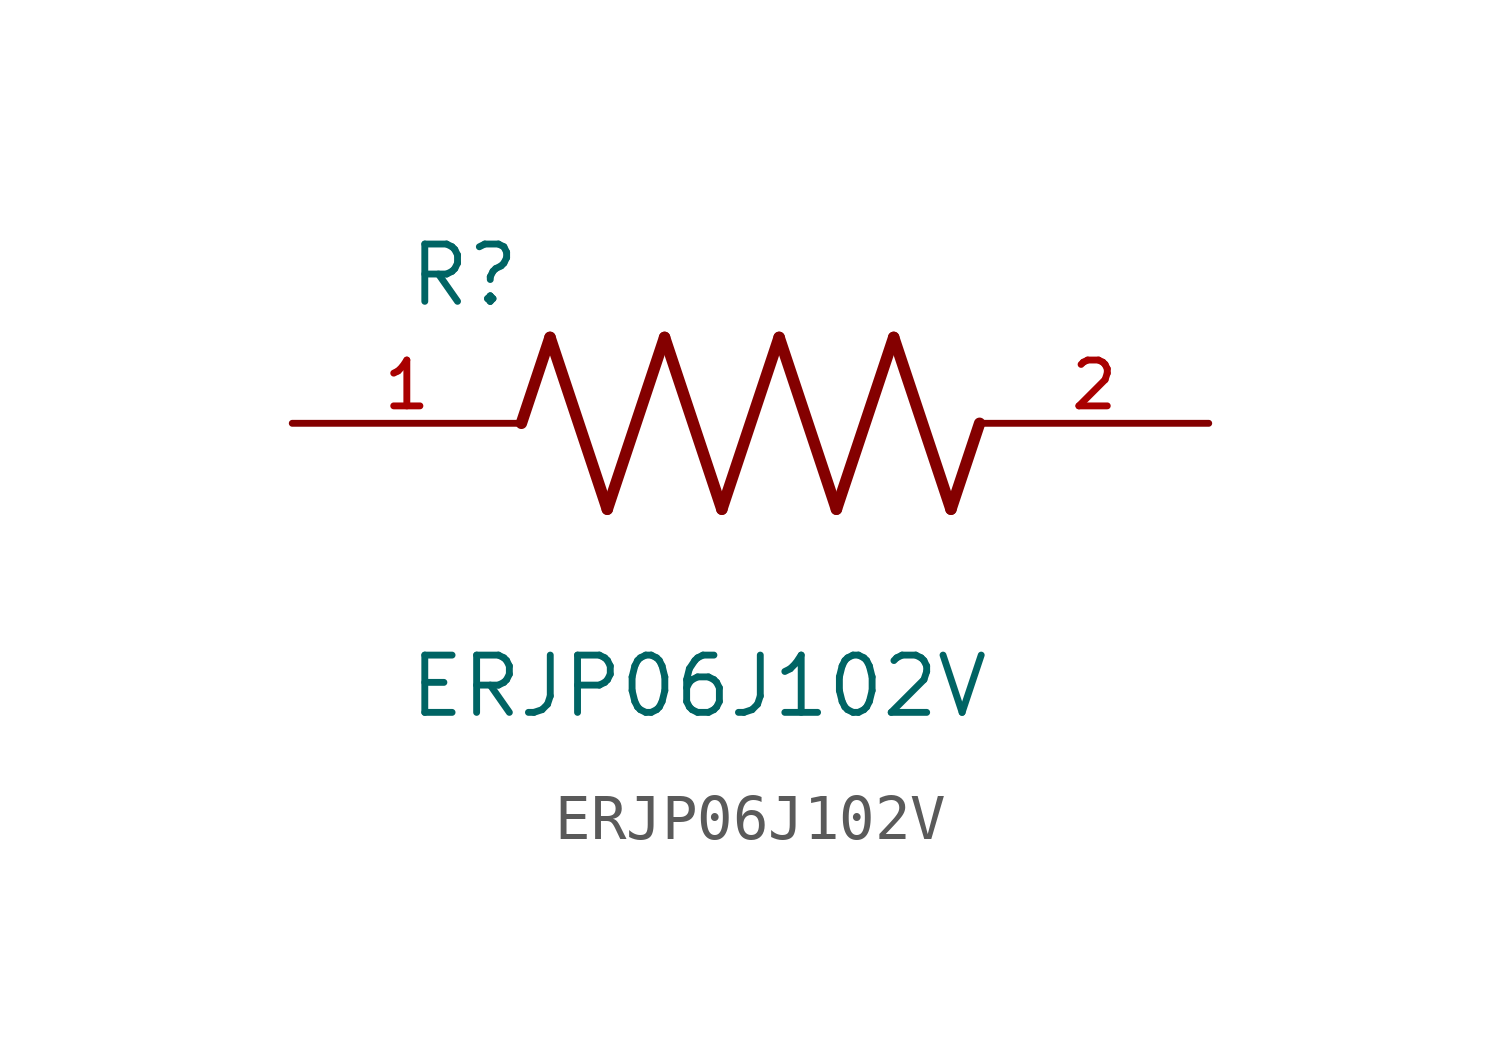
<source format=kicad_sym>
(kicad_symbol_lib
  (version 20211014)
  (generator kicad_symbol_editor)
  (symbol "ERJP06J102V"
    (pin_names
      (offset 1.016))
    (property "Reference" "R"
      (at -7.624 2.541 0)
      (effects (font (size 1.27 1.27)) (justify bottom left)))
    (property "Value" "ERJP06J102V"
      (at -7.624 -5.087 0)
      (effects (font (size 1.27 1.27)) (justify top left)))
    (symbol "ERJP06J102V_0_0"
      (polyline (pts (xy -5.08 0.0) (xy -4.445 1.905)) (stroke (width 0.254)))
      (polyline (pts (xy -4.445 1.905) (xy -3.175 -1.905)) (stroke (width 0.254)))
      (polyline (pts (xy -3.175 -1.905) (xy -1.905 1.905)) (stroke (width 0.254)))
      (polyline (pts (xy -1.905 1.905) (xy -0.635 -1.905)) (stroke (width 0.254)))
      (polyline (pts (xy -0.635 -1.905) (xy 0.635 1.905)) (stroke (width 0.254)))
      (polyline (pts (xy 0.635 1.905) (xy 1.905 -1.905)) (stroke (width 0.254)))
      (polyline (pts (xy 1.905 -1.905) (xy 3.175 1.905)) (stroke (width 0.254)))
      (polyline (pts (xy 3.175 1.905) (xy 4.445 -1.905)) (stroke (width 0.254)))
      (polyline (pts (xy 4.445 -1.905) (xy 5.08 0.0)) (stroke (width 0.254)))
      (pin passive line (at -10.16 0.0 0) (length 5.08) (name "~" (effects (font (size 1.016 1.016)))) (number "1" (effects (font (size 1.016 1.016)))))
      (pin passive line (at 10.16 0.0 180.0) (length 5.08) (name "~" (effects (font (size 1.016 1.016)))) (number "2" (effects (font (size 1.016 1.016))))))))
</source>
